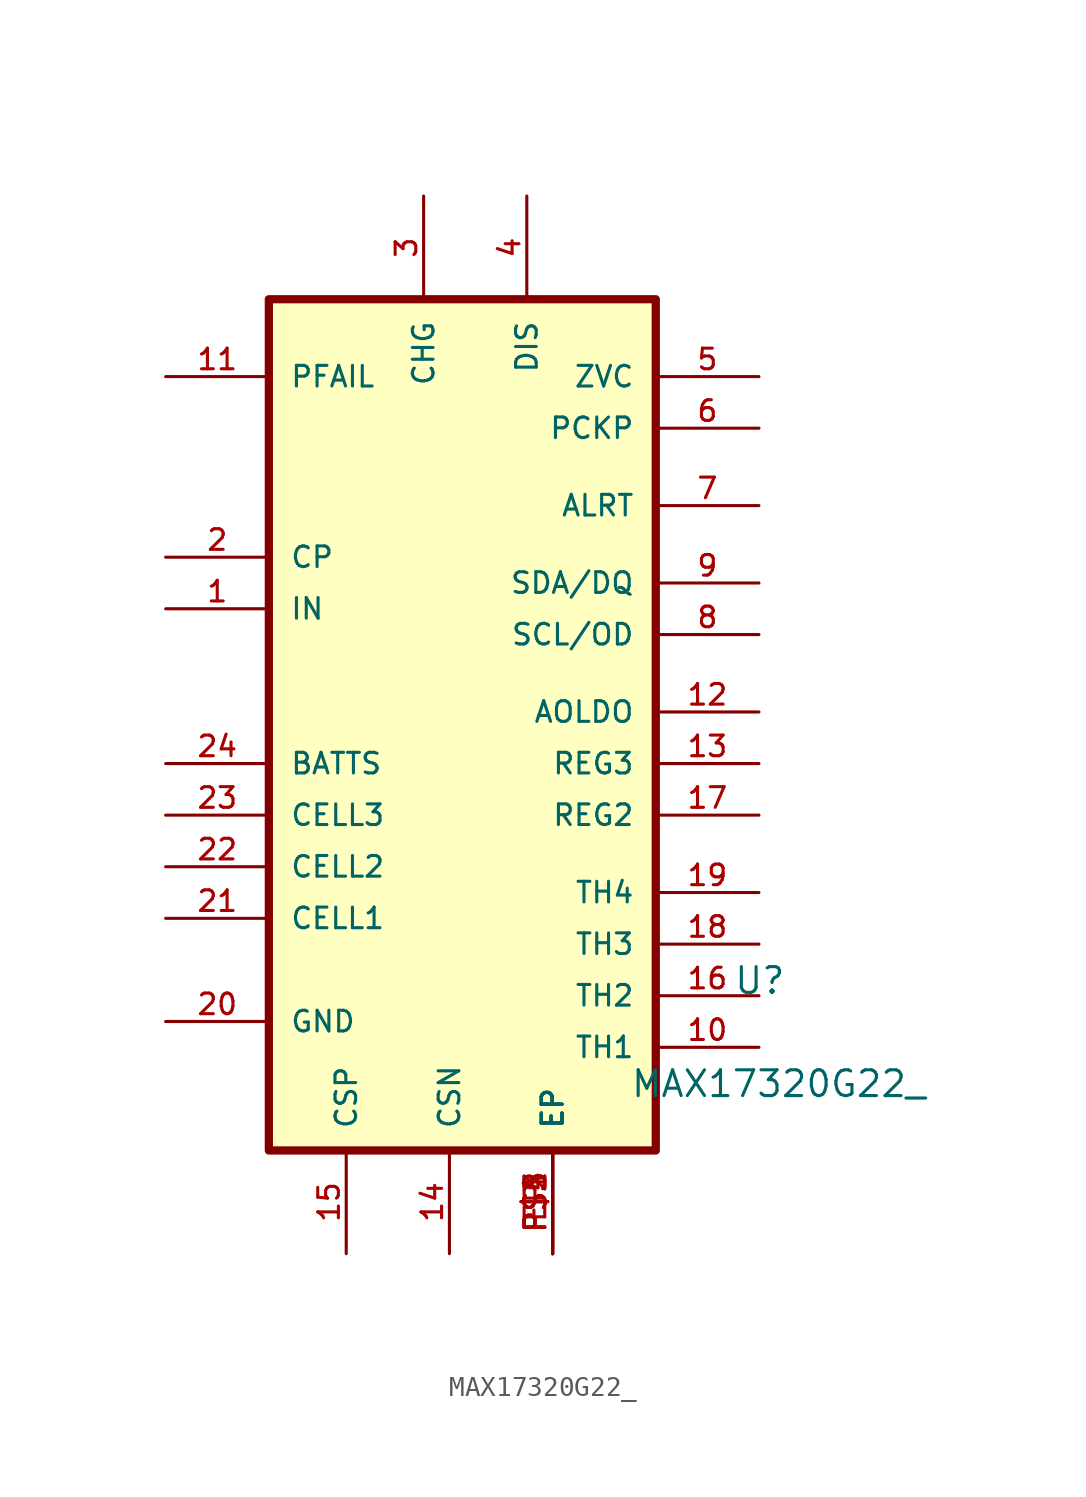
<source format=kicad_sym>
(kicad_symbol_lib
  (version 20220914)
  (generator kicad_symbol_editor)
  (symbol "MAX17320G22_"
    (pin_names
      (offset 1.016))
    (property "Reference" "U"
      (at -5.08 8.89 0)
      (effects (font (size 1.27 1.27)) (justify left bottom)))
    (property "Value" "MAX17320G22_"
      (at -10.16 3.81 0)
      (effects (font (size 1.27 1.27)) (justify left bottom)))
    (symbol "MAX17320G22__0_0"
      (rectangle (start -27.94 43.18) (end -8.89 1.27) (stroke (width 0.406) (type default)) (fill (type background)))
      (pin bidirectional line (at -33.02 27.94 0) (length 5.08) (name "IN" (effects (font (size 1.016 1.016)))) (number "1" (effects (font (size 1.016 1.016)))))
      (pin bidirectional line (at -3.81 6.35 180) (length 5.08) (name "TH1" (effects (font (size 1.016 1.016)))) (number "10" (effects (font (size 1.016 1.016)))))
      (pin bidirectional line (at -33.02 39.37 0) (length 5.08) (name "PFAIL" (effects (font (size 1.016 1.016)))) (number "11" (effects (font (size 1.016 1.016)))))
      (pin bidirectional line (at -3.81 22.86 180) (length 5.08) (name "AOLDO" (effects (font (size 1.016 1.016)))) (number "12" (effects (font (size 1.016 1.016)))))
      (pin bidirectional line (at -3.81 20.32 180) (length 5.08) (name "REG3" (effects (font (size 1.016 1.016)))) (number "13" (effects (font (size 1.016 1.016)))))
      (pin bidirectional line (at -19.05 -3.81 90) (length 5.08) (name "CSN" (effects (font (size 1.016 1.016)))) (number "14" (effects (font (size 1.016 1.016)))))
      (pin bidirectional line (at -24.13 -3.81 90) (length 5.08) (name "CSP" (effects (font (size 1.016 1.016)))) (number "15" (effects (font (size 1.016 1.016)))))
      (pin bidirectional line (at -3.81 8.89 180) (length 5.08) (name "TH2" (effects (font (size 1.016 1.016)))) (number "16" (effects (font (size 1.016 1.016)))))
      (pin bidirectional line (at -3.81 17.78 180) (length 5.08) (name "REG2" (effects (font (size 1.016 1.016)))) (number "17" (effects (font (size 1.016 1.016)))))
      (pin bidirectional line (at -3.81 11.43 180) (length 5.08) (name "TH3" (effects (font (size 1.016 1.016)))) (number "18" (effects (font (size 1.016 1.016)))))
      (pin bidirectional line (at -3.81 13.97 180) (length 5.08) (name "TH4" (effects (font (size 1.016 1.016)))) (number "19" (effects (font (size 1.016 1.016)))))
      (pin bidirectional line (at -33.02 30.48 0) (length 5.08) (name "CP" (effects (font (size 1.016 1.016)))) (number "2" (effects (font (size 1.016 1.016)))))
      (pin bidirectional line (at -33.02 7.62 0) (length 5.08) (name "GND" (effects (font (size 1.016 1.016)))) (number "20" (effects (font (size 1.016 1.016)))))
      (pin bidirectional line (at -33.02 12.7 0) (length 5.08) (name "CELL1" (effects (font (size 1.016 1.016)))) (number "21" (effects (font (size 1.016 1.016)))))
      (pin bidirectional line (at -33.02 15.24 0) (length 5.08) (name "CELL2" (effects (font (size 1.016 1.016)))) (number "22" (effects (font (size 1.016 1.016)))))
      (pin bidirectional line (at -33.02 17.78 0) (length 5.08) (name "CELL3" (effects (font (size 1.016 1.016)))) (number "23" (effects (font (size 1.016 1.016)))))
      (pin bidirectional line (at -33.02 20.32 0) (length 5.08) (name "BATTS" (effects (font (size 1.016 1.016)))) (number "24" (effects (font (size 1.016 1.016)))))
      (pin bidirectional line (at -20.32 48.26 270) (length 5.08) (name "CHG" (effects (font (size 1.016 1.016)))) (number "3" (effects (font (size 1.016 1.016)))))
      (pin bidirectional line (at -15.24 48.26 270) (length 5.08) (name "DIS" (effects (font (size 1.016 1.016)))) (number "4" (effects (font (size 1.016 1.016)))))
      (pin bidirectional line (at -3.81 39.37 180) (length 5.08) (name "ZVC" (effects (font (size 1.016 1.016)))) (number "5" (effects (font (size 1.016 1.016)))))
      (pin bidirectional line (at -3.81 36.83 180) (length 5.08) (name "PCKP" (effects (font (size 1.016 1.016)))) (number "6" (effects (font (size 1.016 1.016)))))
      (pin bidirectional line (at -3.81 33.02 180) (length 5.08) (name "ALRT" (effects (font (size 1.016 1.016)))) (number "7" (effects (font (size 1.016 1.016)))))
      (pin bidirectional line (at -3.81 26.67 180) (length 5.08) (name "SCL/OD" (effects (font (size 1.016 1.016)))) (number "8" (effects (font (size 1.016 1.016)))))
      (pin bidirectional line (at -3.81 29.21 180) (length 5.08) (name "SDA/DQ" (effects (font (size 1.016 1.016)))) (number "9" (effects (font (size 1.016 1.016)))))
      (pin bidirectional line (at -13.97 -3.81 90) (length 5.08) (name "EP" (effects (font (size 1.016 1.016)))) (number "EP" (effects (font (size 1.016 1.016)))))
      (pin bidirectional line (at -13.97 -3.81 90) (length 5.08) (name "EP" (effects (font (size 1.016 1.016)))) (number "P$1" (effects (font (size 1.016 1.016)))))
      (pin bidirectional line (at -13.97 -3.81 90) (length 5.08) (name "EP" (effects (font (size 1.016 1.016)))) (number "P$2" (effects (font (size 1.016 1.016)))))
      (pin bidirectional line (at -13.97 -3.81 90) (length 5.08) (name "EP" (effects (font (size 1.016 1.016)))) (number "P$3" (effects (font (size 1.016 1.016)))))
      (pin bidirectional line (at -13.97 -3.81 90) (length 5.08) (name "EP" (effects (font (size 1.016 1.016)))) (number "P$4" (effects (font (size 1.016 1.016)))))
      (pin bidirectional line (at -13.97 -3.81 90) (length 5.08) (name "EP" (effects (font (size 1.016 1.016)))) (number "P$5" (effects (font (size 1.016 1.016))))))))
</source>
